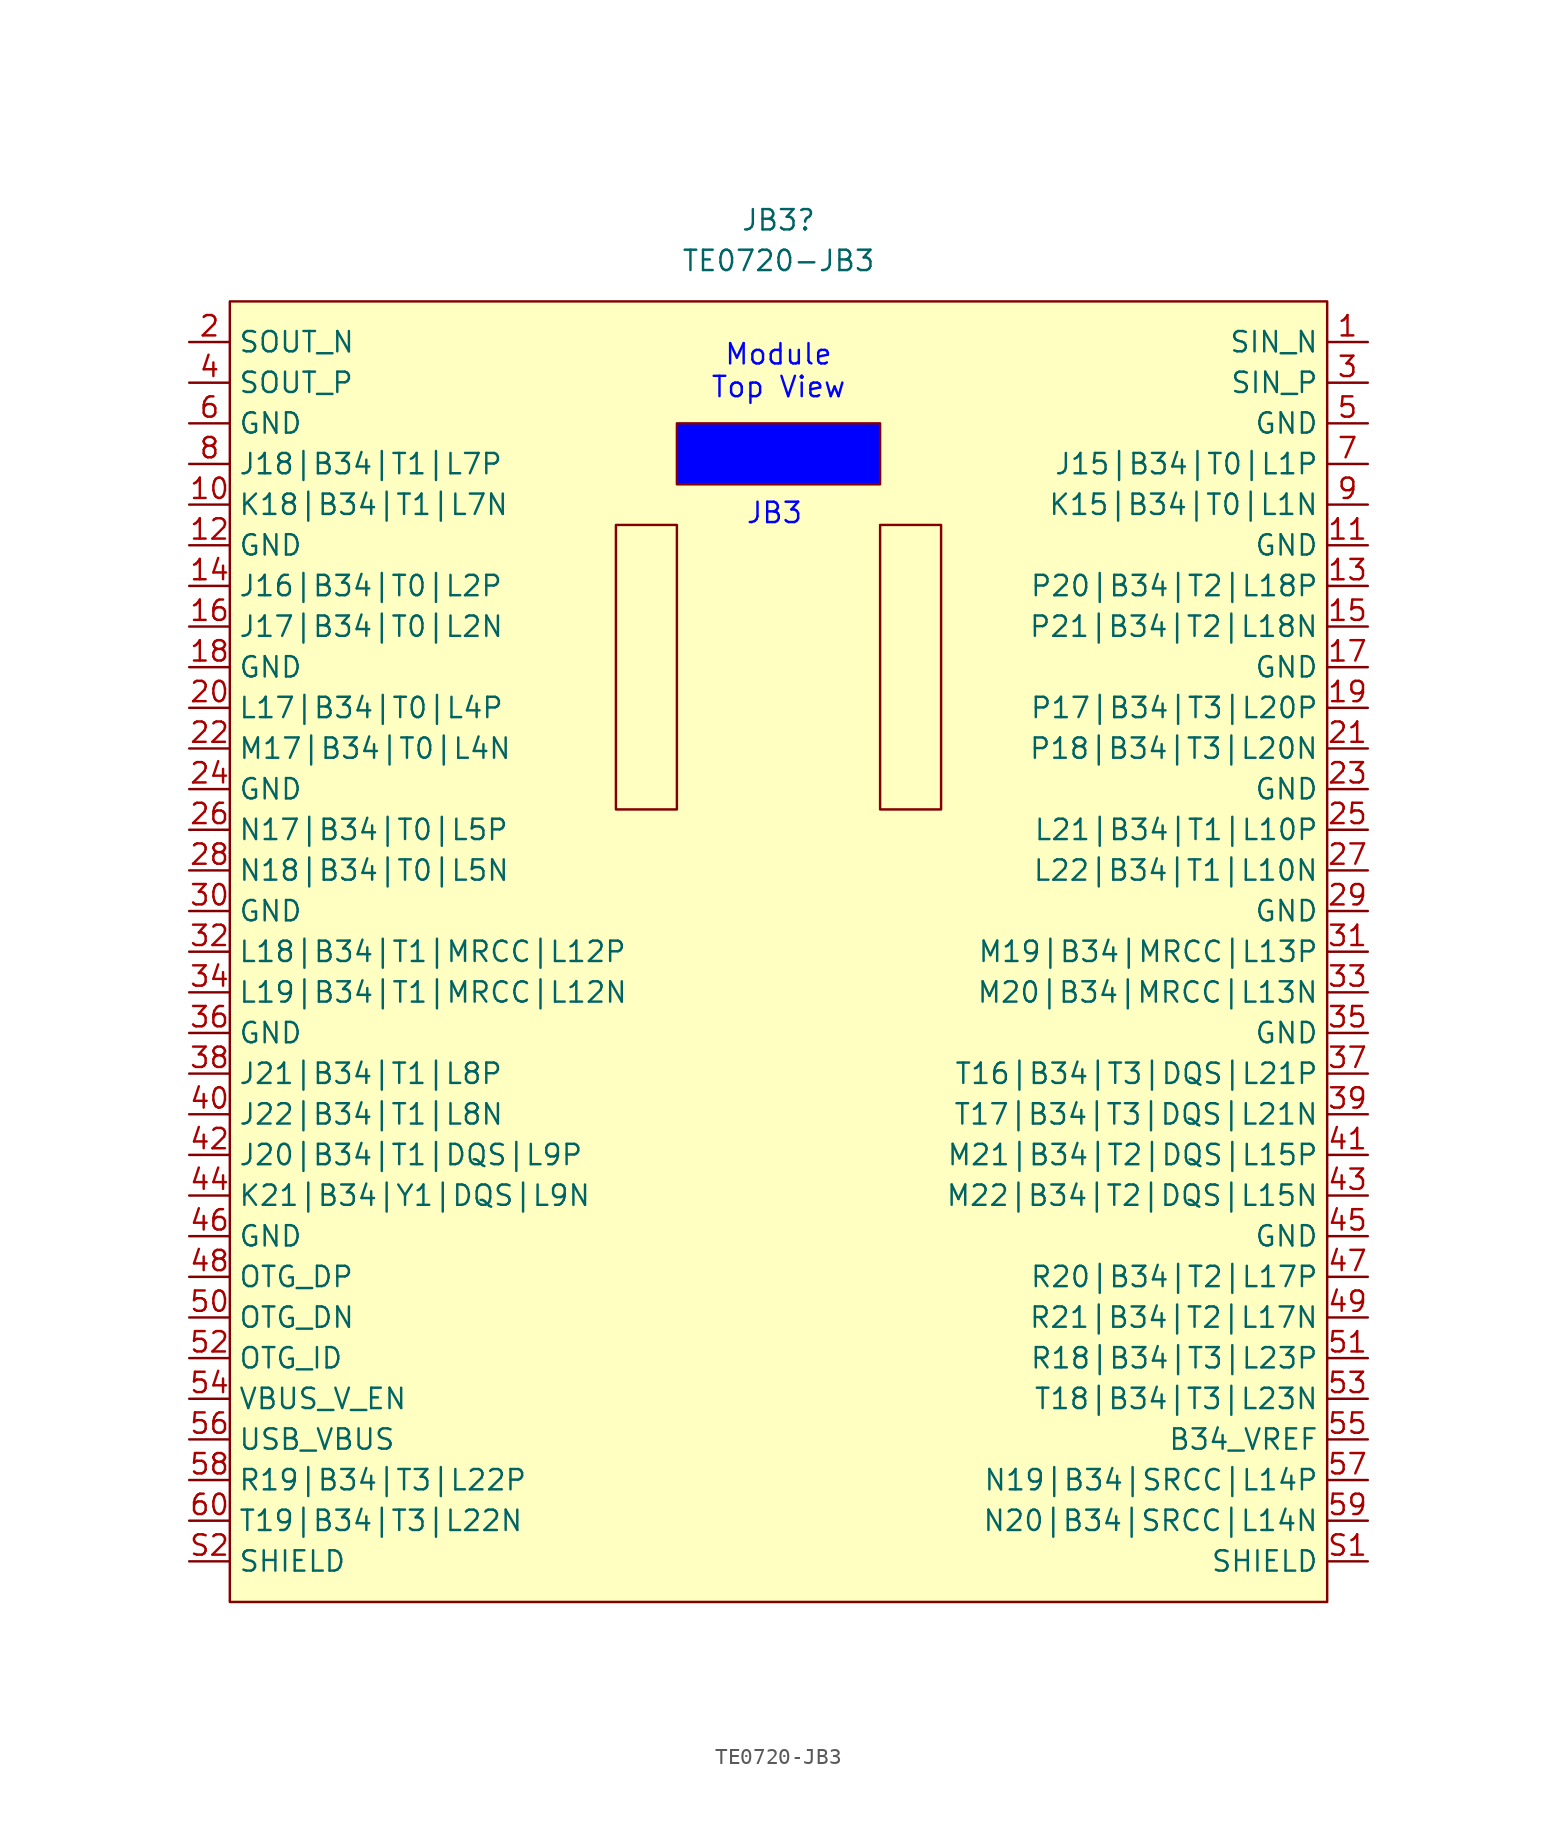
<source format=kicad_sym>
(kicad_symbol_lib
  (version 20241209)
  (generator "kicad_symbol_editor")
  (generator_version "9.0")
  (symbol "TE0720-JB3"
    (property "Reference" "JB3"
      (at 0 66.04 0)
      (effects (font (size 1.27 1.27))))
    (property "Value" "TE0720-JB3"
      (at 0 63.5 0)
      (effects (font (size 1.27 1.27))))
    (symbol "TE0720-JB3_0_1"
      (rectangle (start 6.35 29.21) (end 10.16 46.99) (stroke (width 0) (type default)) (fill (type none))))
    (symbol "TE0720-JB3_1_1"
      (rectangle (start -34.29 60.96) (end 34.29 -20.32) (stroke (width 0) (type default)) (fill (type background)))
      (rectangle (start -10.16 46.99) (end -6.35 29.21) (stroke (width 0) (type default)) (fill (type none)))
      (rectangle (start -6.35 53.34) (end 6.35 49.53) (stroke (width 0) (type default)) (fill (type color) (color 0 0 255 1)))
      (text "JB3" (at -0.254 47.752 0) (effects (font (size 1.27 1.27) (color 0 0 255 1))))
      (text "Module\nTop View" (at 0 56.642 0) (effects (font (size 1.27 1.27) (color 0 0 255 1))))
      (pin passive line (at -36.83 58.42 0) (length 2.54) (name "SOUT_N" (effects (font (size 1.27 1.27)))) (number "2" (effects (font (size 1.27 1.27)))))
      (pin passive line (at -36.83 55.88 0) (length 2.54) (name "SOUT_P" (effects (font (size 1.27 1.27)))) (number "4" (effects (font (size 1.27 1.27)))))
      (pin passive line (at -36.83 53.34 0) (length 2.54) (name "GND" (effects (font (size 1.27 1.27)))) (number "6" (effects (font (size 1.27 1.27)))))
      (pin bidirectional line (at -36.83 50.8 0) (length 2.54) (name "J18|B34|T1|L7P" (effects (font (size 1.27 1.27)))) (number "8" (effects (font (size 1.27 1.27)))))
      (pin power_in line (at -36.83 48.26 0) (length 2.54) (name "K18|B34|T1|L7N" (effects (font (size 1.27 1.27)))) (number "10" (effects (font (size 1.27 1.27)))))
      (pin passive line (at -36.83 45.72 0) (length 2.54) (name "GND" (effects (font (size 1.27 1.27)))) (number "12" (effects (font (size 1.27 1.27)))))
      (pin bidirectional line (at -36.83 43.18 0) (length 2.54) (name "J16|B34|T0|L2P" (effects (font (size 1.27 1.27)))) (number "14" (effects (font (size 1.27 1.27)))))
      (pin power_in line (at -36.83 40.64 0) (length 2.54) (name "J17|B34|T0|L2N" (effects (font (size 1.27 1.27)))) (number "16" (effects (font (size 1.27 1.27)))))
      (pin passive line (at -36.83 38.1 0) (length 2.54) (name "GND" (effects (font (size 1.27 1.27)))) (number "18" (effects (font (size 1.27 1.27)))))
      (pin bidirectional line (at -36.83 35.56 0) (length 2.54) (name "L17|B34|T0|L4P" (effects (font (size 1.27 1.27)))) (number "20" (effects (font (size 1.27 1.27)))))
      (pin bidirectional line (at -36.83 33.02 0) (length 2.54) (name "M17|B34|T0|L4N" (effects (font (size 1.27 1.27)))) (number "22" (effects (font (size 1.27 1.27)))))
      (pin passive line (at -36.83 30.48 0) (length 2.54) (name "GND" (effects (font (size 1.27 1.27)))) (number "24" (effects (font (size 1.27 1.27)))))
      (pin bidirectional line (at -36.83 27.94 0) (length 2.54) (name "N17|B34|T0|L5P" (effects (font (size 1.27 1.27)))) (number "26" (effects (font (size 1.27 1.27)))))
      (pin bidirectional line (at -36.83 25.4 0) (length 2.54) (name "N18|B34|T0|L5N" (effects (font (size 1.27 1.27)))) (number "28" (effects (font (size 1.27 1.27)))))
      (pin passive line (at -36.83 22.86 0) (length 2.54) (name "GND" (effects (font (size 1.27 1.27)))) (number "30" (effects (font (size 1.27 1.27)))))
      (pin bidirectional line (at -36.83 20.32 0) (length 2.54) (name "L18|B34|T1|MRCC|L12P" (effects (font (size 1.27 1.27)))) (number "32" (effects (font (size 1.27 1.27)))))
      (pin bidirectional line (at -36.83 17.78 0) (length 2.54) (name "L19|B34|T1|MRCC|L12N" (effects (font (size 1.27 1.27)))) (number "34" (effects (font (size 1.27 1.27)))))
      (pin passive line (at -36.83 15.24 0) (length 2.54) (name "GND" (effects (font (size 1.27 1.27)))) (number "36" (effects (font (size 1.27 1.27)))))
      (pin bidirectional line (at -36.83 12.7 0) (length 2.54) (name "J21|B34|T1|L8P" (effects (font (size 1.27 1.27)))) (number "38" (effects (font (size 1.27 1.27)))))
      (pin bidirectional line (at -36.83 10.16 0) (length 2.54) (name "J22|B34|T1|L8N" (effects (font (size 1.27 1.27)))) (number "40" (effects (font (size 1.27 1.27)))))
      (pin bidirectional line (at -36.83 7.62 0) (length 2.54) (name "J20|B34|T1|DQS|L9P" (effects (font (size 1.27 1.27)))) (number "42" (effects (font (size 1.27 1.27)))))
      (pin bidirectional line (at -36.83 5.08 0) (length 2.54) (name "K21|B34|Y1|DQS|L9N" (effects (font (size 1.27 1.27)))) (number "44" (effects (font (size 1.27 1.27)))))
      (pin passive line (at -36.83 2.54 0) (length 2.54) (name "GND" (effects (font (size 1.27 1.27)))) (number "46" (effects (font (size 1.27 1.27)))))
      (pin passive line (at -36.83 0 0) (length 2.54) (name "OTG_DP" (effects (font (size 1.27 1.27)))) (number "48" (effects (font (size 1.27 1.27)))))
      (pin passive line (at -36.83 -2.54 0) (length 2.54) (name "OTG_DN" (effects (font (size 1.27 1.27)))) (number "50" (effects (font (size 1.27 1.27)))))
      (pin passive line (at -36.83 -5.08 0) (length 2.54) (name "OTG_ID" (effects (font (size 1.27 1.27)))) (number "52" (effects (font (size 1.27 1.27)))))
      (pin passive line (at -36.83 -7.62 0) (length 2.54) (name "VBUS_V_EN" (effects (font (size 1.27 1.27)))) (number "54" (effects (font (size 1.27 1.27)))))
      (pin passive line (at -36.83 -10.16 0) (length 2.54) (name "USB_VBUS" (effects (font (size 1.27 1.27)))) (number "56" (effects (font (size 1.27 1.27)))))
      (pin bidirectional line (at -36.83 -12.7 0) (length 2.54) (name "R19|B34|T3|L22P" (effects (font (size 1.27 1.27)))) (number "58" (effects (font (size 1.27 1.27)))))
      (pin bidirectional line (at -36.83 -15.24 0) (length 2.54) (name "T19|B34|T3|L22N" (effects (font (size 1.27 1.27)))) (number "60" (effects (font (size 1.27 1.27)))))
      (pin passive line (at -36.83 -17.78 0) (length 2.54) (name "SHIELD" (effects (font (size 1.27 1.27)))) (number "S2" (effects (font (size 1.27 1.27)))))
      (pin passive line (at 36.83 58.42 180) (length 2.54) (name "SIN_N" (effects (font (size 1.27 1.27)))) (number "1" (effects (font (size 1.27 1.27)))))
      (pin bidirectional line (at 36.83 55.88 180) (length 2.54) (name "SIN_P" (effects (font (size 1.27 1.27)))) (number "3" (effects (font (size 1.27 1.27)))))
      (pin passive line (at 36.83 53.34 180) (length 2.54) (name "GND" (effects (font (size 1.27 1.27)))) (number "5" (effects (font (size 1.27 1.27)))))
      (pin bidirectional line (at 36.83 50.8 180) (length 2.54) (name "J15|B34|T0|L1P" (effects (font (size 1.27 1.27)))) (number "7" (effects (font (size 1.27 1.27)))))
      (pin bidirectional line (at 36.83 48.26 180) (length 2.54) (name "K15|B34|T0|L1N" (effects (font (size 1.27 1.27)))) (number "9" (effects (font (size 1.27 1.27)))))
      (pin passive line (at 36.83 45.72 180) (length 2.54) (name "GND" (effects (font (size 1.27 1.27)))) (number "11" (effects (font (size 1.27 1.27)))))
      (pin bidirectional line (at 36.83 43.18 180) (length 2.54) (name "P20|B34|T2|L18P" (effects (font (size 1.27 1.27)))) (number "13" (effects (font (size 1.27 1.27)))))
      (pin bidirectional line (at 36.83 40.64 180) (length 2.54) (name "P21|B34|T2|L18N" (effects (font (size 1.27 1.27)))) (number "15" (effects (font (size 1.27 1.27)))))
      (pin passive line (at 36.83 38.1 180) (length 2.54) (name "GND" (effects (font (size 1.27 1.27)))) (number "17" (effects (font (size 1.27 1.27)))))
      (pin bidirectional line (at 36.83 35.56 180) (length 2.54) (name "P17|B34|T3|L20P" (effects (font (size 1.27 1.27)))) (number "19" (effects (font (size 1.27 1.27)))))
      (pin bidirectional line (at 36.83 33.02 180) (length 2.54) (name "P18|B34|T3|L20N" (effects (font (size 1.27 1.27)))) (number "21" (effects (font (size 1.27 1.27)))))
      (pin passive line (at 36.83 30.48 180) (length 2.54) (name "GND" (effects (font (size 1.27 1.27)))) (number "23" (effects (font (size 1.27 1.27)))))
      (pin bidirectional line (at 36.83 27.94 180) (length 2.54) (name "L21|B34|T1|L10P" (effects (font (size 1.27 1.27)))) (number "25" (effects (font (size 1.27 1.27)))))
      (pin bidirectional line (at 36.83 25.4 180) (length 2.54) (name "L22|B34|T1|L10N" (effects (font (size 1.27 1.27)))) (number "27" (effects (font (size 1.27 1.27)))))
      (pin passive line (at 36.83 22.86 180) (length 2.54) (name "GND" (effects (font (size 1.27 1.27)))) (number "29" (effects (font (size 1.27 1.27)))))
      (pin bidirectional line (at 36.83 20.32 180) (length 2.54) (name "M19|B34|MRCC|L13P" (effects (font (size 1.27 1.27)))) (number "31" (effects (font (size 1.27 1.27)))))
      (pin bidirectional line (at 36.83 17.78 180) (length 2.54) (name "M20|B34|MRCC|L13N" (effects (font (size 1.27 1.27)))) (number "33" (effects (font (size 1.27 1.27)))))
      (pin passive line (at 36.83 15.24 180) (length 2.54) (name "GND" (effects (font (size 1.27 1.27)))) (number "35" (effects (font (size 1.27 1.27)))))
      (pin bidirectional line (at 36.83 12.7 180) (length 2.54) (name "T16|B34|T3|DQS|L21P" (effects (font (size 1.27 1.27)))) (number "37" (effects (font (size 1.27 1.27)))))
      (pin bidirectional line (at 36.83 10.16 180) (length 2.54) (name "T17|B34|T3|DQS|L21N" (effects (font (size 1.27 1.27)))) (number "39" (effects (font (size 1.27 1.27)))))
      (pin bidirectional line (at 36.83 7.62 180) (length 2.54) (name "M21|B34|T2|DQS|L15P" (effects (font (size 1.27 1.27)))) (number "41" (effects (font (size 1.27 1.27)))))
      (pin bidirectional line (at 36.83 5.08 180) (length 2.54) (name "M22|B34|T2|DQS|L15N" (effects (font (size 1.27 1.27)))) (number "43" (effects (font (size 1.27 1.27)))))
      (pin passive line (at 36.83 2.54 180) (length 2.54) (name "GND" (effects (font (size 1.27 1.27)))) (number "45" (effects (font (size 1.27 1.27)))))
      (pin bidirectional line (at 36.83 0 180) (length 2.54) (name "R20|B34|T2|L17P" (effects (font (size 1.27 1.27)))) (number "47" (effects (font (size 1.27 1.27)))))
      (pin bidirectional line (at 36.83 -2.54 180) (length 2.54) (name "R21|B34|T2|L17N" (effects (font (size 1.27 1.27)))) (number "49" (effects (font (size 1.27 1.27)))))
      (pin bidirectional line (at 36.83 -5.08 180) (length 2.54) (name "R18|B34|T3|L23P" (effects (font (size 1.27 1.27)))) (number "51" (effects (font (size 1.27 1.27)))))
      (pin bidirectional line (at 36.83 -7.62 180) (length 2.54) (name "T18|B34|T3|L23N" (effects (font (size 1.27 1.27)))) (number "53" (effects (font (size 1.27 1.27)))))
      (pin input line (at 36.83 -10.16 180) (length 2.54) (name "B34_VREF" (effects (font (size 1.27 1.27)))) (number "55" (effects (font (size 1.27 1.27)))))
      (pin bidirectional line (at 36.83 -12.7 180) (length 2.54) (name "N19|B34|SRCC|L14P" (effects (font (size 1.27 1.27)))) (number "57" (effects (font (size 1.27 1.27)))))
      (pin bidirectional line (at 36.83 -15.24 180) (length 2.54) (name "N20|B34|SRCC|L14N" (effects (font (size 1.27 1.27)))) (number "59" (effects (font (size 1.27 1.27)))))
      (pin passive line (at 36.83 -17.78 180) (length 2.54) (name "SHIELD" (effects (font (size 1.27 1.27)))) (number "S1" (effects (font (size 1.27 1.27))))))))
</source>
